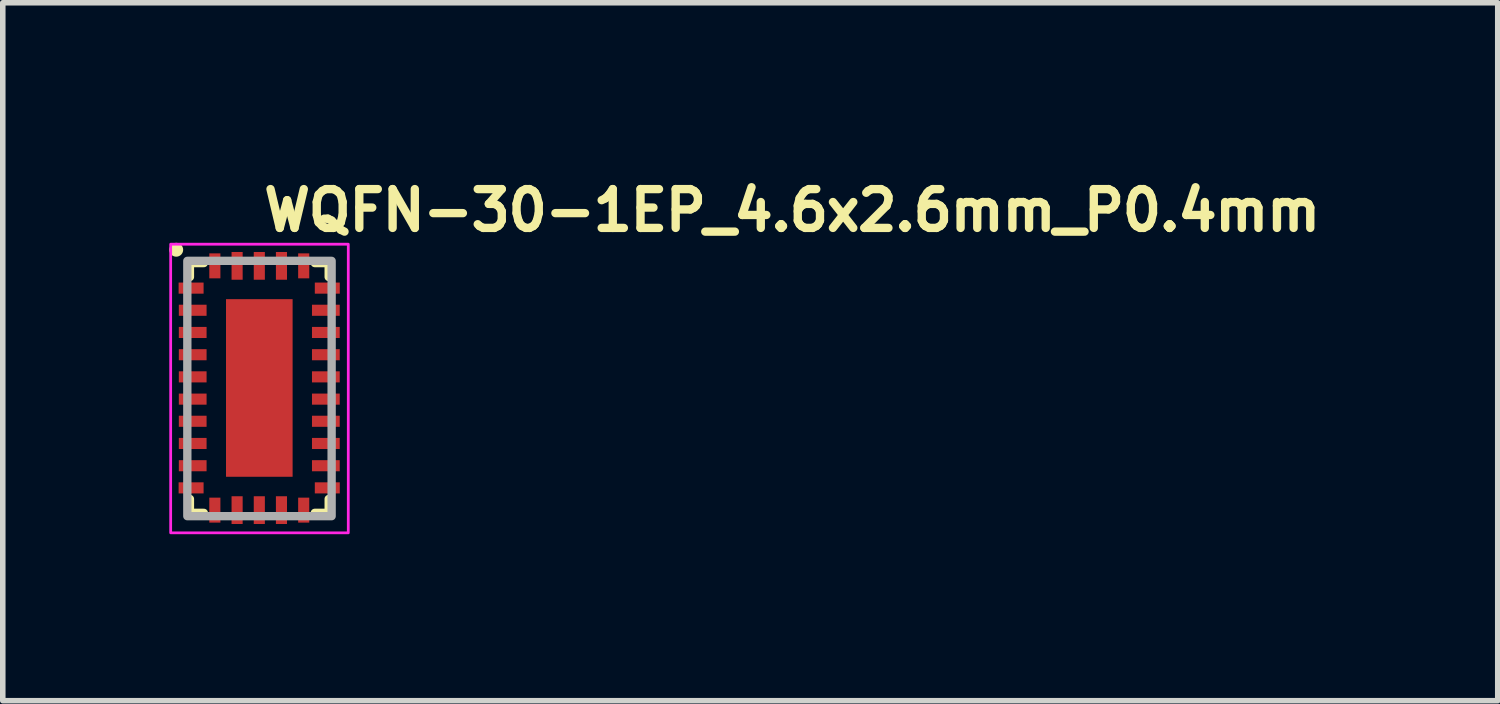
<source format=kicad_pcb>
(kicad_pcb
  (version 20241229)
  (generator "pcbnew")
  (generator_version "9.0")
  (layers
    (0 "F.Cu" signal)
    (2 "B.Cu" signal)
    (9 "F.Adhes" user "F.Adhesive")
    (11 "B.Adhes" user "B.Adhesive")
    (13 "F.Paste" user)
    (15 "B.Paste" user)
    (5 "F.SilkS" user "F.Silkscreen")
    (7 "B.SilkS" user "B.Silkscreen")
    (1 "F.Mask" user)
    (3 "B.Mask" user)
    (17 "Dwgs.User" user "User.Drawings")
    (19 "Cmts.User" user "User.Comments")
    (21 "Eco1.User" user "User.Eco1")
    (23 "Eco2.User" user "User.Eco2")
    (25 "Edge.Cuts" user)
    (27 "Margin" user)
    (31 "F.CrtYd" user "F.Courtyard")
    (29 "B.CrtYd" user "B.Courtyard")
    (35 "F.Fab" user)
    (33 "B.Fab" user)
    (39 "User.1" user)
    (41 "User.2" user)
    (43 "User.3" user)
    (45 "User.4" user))
  (footprint "WQFN-30-1EP_4.6x2.6mm_P0.4mm"
    (layer "F.Cu")
    (at 1.625 3.95)
    (property "Reference" "WQFN-30-1EP_4.6x2.6mm_P0.4mm" (at 0 -2.8 0) (layer "F.SilkS") (effects (font (size 0.7 0.7) (thickness 0.15)) (justify left bottom)))
    (attr smd)
    (fp_line (start -1.253 -2.26) (end -1.253 -2.01) (stroke (width 0.15) (type solid)) (layer "F.SilkS"))
    (fp_line (start -1.253 -2.26) (end -1.003 -2.26) (stroke (width 0.15) (type solid)) (layer "F.SilkS"))
    (fp_line (start -1.253 2.24) (end -1.253 1.99) (stroke (width 0.15) (type solid)) (layer "F.SilkS"))
    (fp_line (start -1.253 2.24) (end -1.003 2.24) (stroke (width 0.15) (type solid)) (layer "F.SilkS"))
    (fp_line (start 1.247 -2.26) (end 0.997 -2.26) (stroke (width 0.15) (type solid)) (layer "F.SilkS"))
    (fp_line (start 1.247 -2.26) (end 1.247 -2.01) (stroke (width 0.15) (type solid)) (layer "F.SilkS"))
    (fp_line (start 1.247 2.24) (end 0.997 2.24) (stroke (width 0.15) (type solid)) (layer "F.SilkS"))
    (fp_line (start 1.247 2.24) (end 1.247 1.99) (stroke (width 0.15) (type solid)) (layer "F.SilkS"))
    (fp_circle (center -1.5 -2.5) (end -1.45 -2.5) (stroke (width 0.15) (type solid)) (fill yes) (layer "F.SilkS"))
    (fp_rect (start -1.6 -2.6) (end 1.6 2.6) (stroke (width 0.05) (type solid)) (fill no) (layer "F.CrtYd"))
    (fp_rect (start -1.3 -2.3) (end 1.3 2.3) (stroke (width 0.15) (type solid)) (fill no) (layer "F.Fab"))
    (fp_rect (start -1.301 -2.301) (end 1.3 2.298) (stroke (width 0.1) (type solid)) (fill no) (layer "User.5"))
    (fp_line (start -1.301 -2.301) (end 1.3 -2.301) (stroke (width 0.02) (type solid)) (layer "User.9"))
    (fp_line (start -1.301 2.298) (end -1.301 -2.301) (stroke (width 0.02) (type solid)) (layer "User.9"))
    (fp_line (start 1.3 -2.301) (end 1.3 2.298) (stroke (width 0.02) (type solid)) (layer "User.9"))
    (fp_line (start 1.3 2.298) (end -1.301 2.298) (stroke (width 0.02) (type solid)) (layer "User.9"))
    (pad "1" smd rect (at -1.232 -1.809 90) (size 0.2 0.45) (layers "F.Cu" "F.Mask" "F.Paste"))
    (pad "2" smd rect (at -1.203 -1.41 90) (size 0.2 0.5) (layers "F.Cu" "F.Mask" "F.Paste"))
    (pad "3" smd rect (at -1.203 -1.01 90) (size 0.2 0.5) (layers "F.Cu" "F.Mask" "F.Paste"))
    (pad "4" smd rect (at -1.203 -0.609 90) (size 0.2 0.5) (layers "F.Cu" "F.Mask" "F.Paste"))
    (pad "5" smd rect (at -1.203 -0.21 90) (size 0.2 0.5) (layers "F.Cu" "F.Mask" "F.Paste"))
    (pad "6" smd rect (at -1.203 0.191 90) (size 0.2 0.5) (layers "F.Cu" "F.Mask" "F.Paste"))
    (pad "7" smd rect (at -1.203 0.59 90) (size 0.2 0.5) (layers "F.Cu" "F.Mask" "F.Paste"))
    (pad "8" smd rect (at -1.203 0.99 90) (size 0.2 0.5) (layers "F.Cu" "F.Mask" "F.Paste"))
    (pad "9" smd rect (at -1.203 1.391 90) (size 0.2 0.5) (layers "F.Cu" "F.Mask" "F.Paste"))
    (pad "10" smd rect (at -1.232 1.79 90) (size 0.2 0.45) (layers "F.Cu" "F.Mask" "F.Paste"))
    (pad "11" smd rect (at -0.804 2.191) (size 0.2 0.45) (layers "F.Cu" "F.Mask" "F.Paste"))
    (pad "12" smd rect (at -0.403 2.191) (size 0.2 0.5) (layers "F.Cu" "F.Mask" "F.Paste"))
    (pad "13" smd rect (at -0.003 2.191) (size 0.2 0.5) (layers "F.Cu" "F.Mask" "F.Paste"))
    (pad "14" smd rect (at 0.396 2.191) (size 0.2 0.5) (layers "F.Cu" "F.Mask" "F.Paste"))
    (pad "15" smd rect (at 0.797 2.191) (size 0.2 0.45) (layers "F.Cu" "F.Mask" "F.Paste"))
    (pad "16" smd rect (at 1.222 1.79 90) (size 0.2 0.45) (layers "F.Cu" "F.Mask" "F.Paste"))
    (pad "17" smd rect (at 1.196 1.391 90) (size 0.2 0.5) (layers "F.Cu" "F.Mask" "F.Paste"))
    (pad "18" smd rect (at 1.196 0.99 90) (size 0.2 0.5) (layers "F.Cu" "F.Mask" "F.Paste"))
    (pad "19" smd rect (at 1.196 0.59 90) (size 0.2 0.5) (layers "F.Cu" "F.Mask" "F.Paste"))
    (pad "20" smd rect (at 1.196 0.191 90) (size 0.2 0.5) (layers "F.Cu" "F.Mask" "F.Paste"))
    (pad "21" smd rect (at 1.196 -0.21 90) (size 0.2 0.5) (layers "F.Cu" "F.Mask" "F.Paste"))
    (pad "22" smd rect (at 1.196 -0.609 90) (size 0.2 0.5) (layers "F.Cu" "F.Mask" "F.Paste"))
    (pad "23" smd rect (at 1.196 -1.01 90) (size 0.2 0.5) (layers "F.Cu" "F.Mask" "F.Paste"))
    (pad "24" smd rect (at 1.196 -1.41 90) (size 0.2 0.5) (layers "F.Cu" "F.Mask" "F.Paste"))
    (pad "25" smd rect (at 1.222 -1.809 90) (size 0.2 0.45) (layers "F.Cu" "F.Mask" "F.Paste"))
    (pad "26" smd rect (at 0.797 -2.21) (size 0.2 0.45) (layers "F.Cu" "F.Mask" "F.Paste"))
    (pad "27" smd rect (at 0.396 -2.21) (size 0.2 0.5) (layers "F.Cu" "F.Mask" "F.Paste"))
    (pad "28" smd rect (at -0.003 -2.21) (size 0.2 0.5) (layers "F.Cu" "F.Mask" "F.Paste"))
    (pad "29" smd rect (at -0.403 -2.21) (size 0.2 0.5) (layers "F.Cu" "F.Mask" "F.Paste"))
    (pad "30" smd rect (at -0.804 -2.21) (size 0.2 0.45) (layers "F.Cu" "F.Mask" "F.Paste"))
    (pad "31" smd rect (at -0.003 -0.01) (size 1.2 3.2) (layers "F.Cu" "F.Mask" "F.Paste")))
  (gr_rect
    (start -3 -3)
    (end 23.935 9.575)
    (stroke (width 0.1) (type default))
    (fill no)
    (layer "Edge.Cuts")))
</source>
